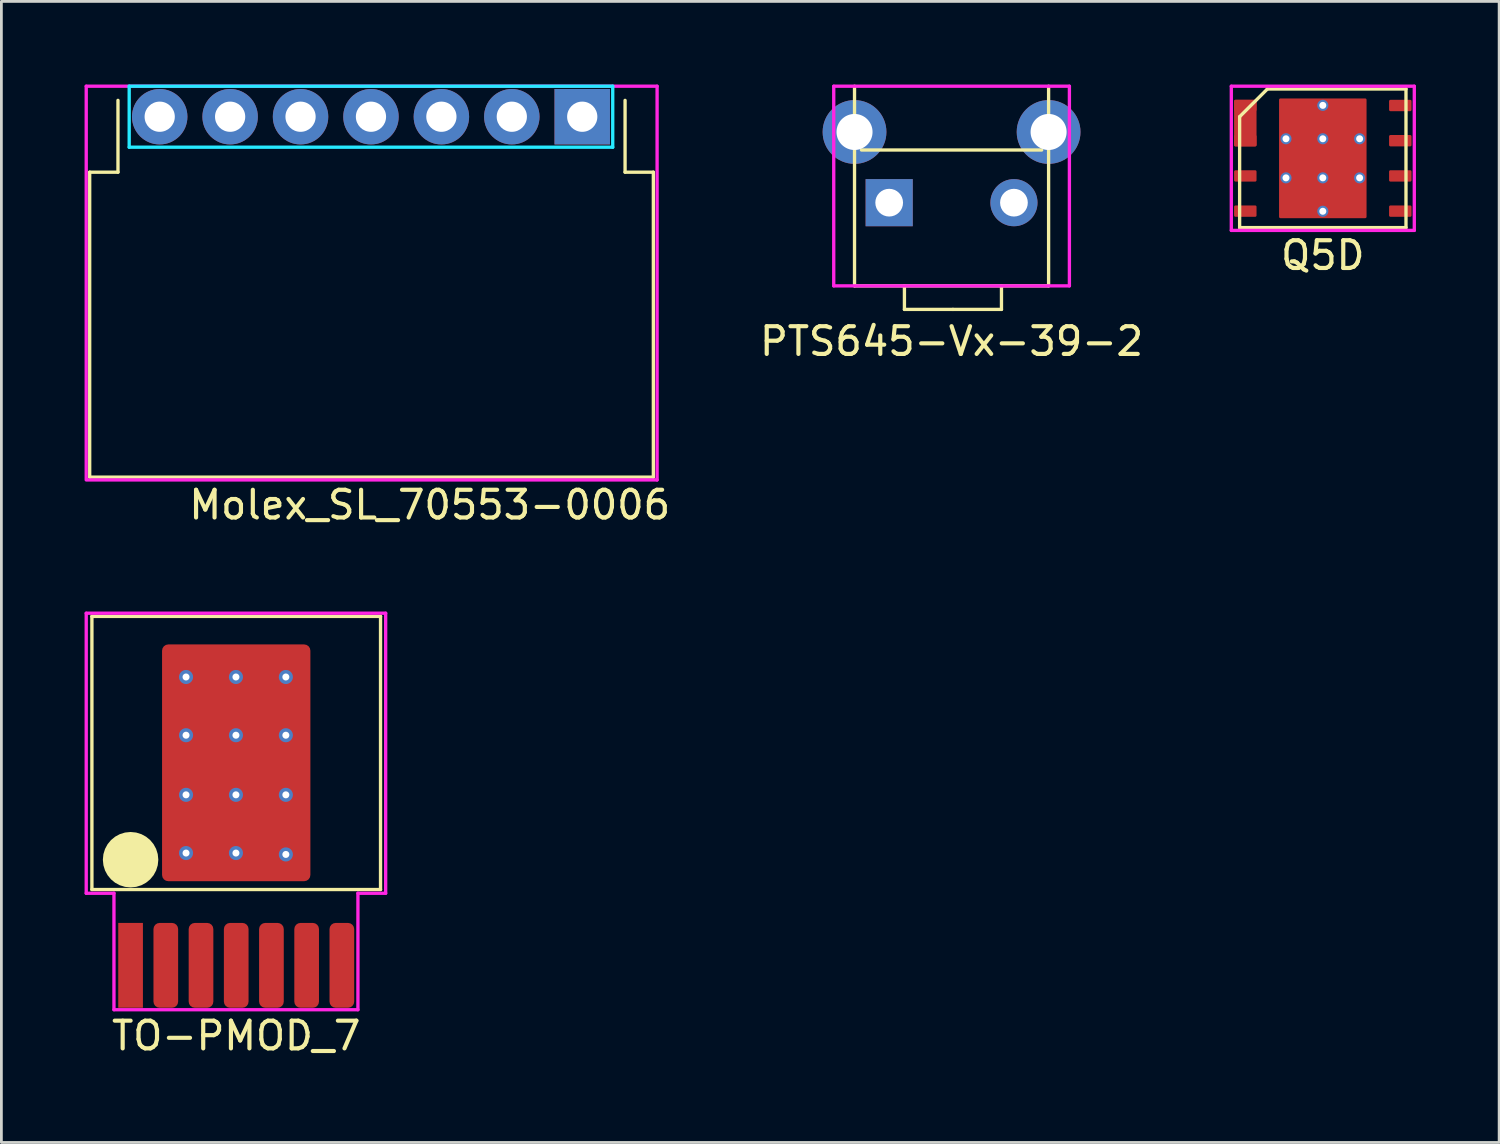
<source format=kicad_pcb>
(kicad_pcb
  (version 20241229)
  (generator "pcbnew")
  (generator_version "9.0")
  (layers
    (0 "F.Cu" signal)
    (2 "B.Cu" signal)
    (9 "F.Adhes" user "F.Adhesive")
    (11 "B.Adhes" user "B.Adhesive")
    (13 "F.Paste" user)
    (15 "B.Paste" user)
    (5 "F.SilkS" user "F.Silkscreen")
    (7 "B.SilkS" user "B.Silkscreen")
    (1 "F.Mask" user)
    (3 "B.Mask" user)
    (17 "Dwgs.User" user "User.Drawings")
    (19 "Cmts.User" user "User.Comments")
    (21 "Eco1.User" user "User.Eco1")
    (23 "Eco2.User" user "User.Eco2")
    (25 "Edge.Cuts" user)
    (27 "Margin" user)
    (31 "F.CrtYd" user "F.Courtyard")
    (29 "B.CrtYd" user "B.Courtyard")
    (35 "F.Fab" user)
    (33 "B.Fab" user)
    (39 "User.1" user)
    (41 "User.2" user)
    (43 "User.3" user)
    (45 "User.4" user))
  (footprint "PTS645-Vx-39-2"
    (layer "F.Cu")
    (at 29.021 4.26)
    (property "Reference" "PTS645-Vx-39-2" (at 2.25 5 0) (layer "F.SilkS") (effects (font (size 1 1) (thickness 0.15))))
    (attr through_hole)
    (fp_line (start -1.25 -4.2) (end -1.25 3) (stroke (width 0.12) (type solid)) (layer "F.SilkS"))
    (fp_line (start 0.55 3.85) (end 0.55 3) (stroke (width 0.12) (type solid)) (layer "F.SilkS"))
    (fp_line (start 2.3 3.85) (end 0.55 3.85) (stroke (width 0.12) (type solid)) (layer "F.SilkS"))
    (fp_line (start 2.3 3.85) (end 4.05 3.85) (stroke (width 0.12) (type solid)) (layer "F.SilkS"))
    (fp_line (start 4.05 3.85) (end 4.05 3) (stroke (width 0.12) (type solid)) (layer "F.SilkS"))
    (fp_line (start 5.5 -1.9) (end -1 -1.9) (stroke (width 0.12) (type solid)) (layer "F.SilkS"))
    (fp_line (start 5.75 -4.2) (end 5.75 3) (stroke (width 0.12) (type solid)) (layer "F.SilkS"))
    (fp_line (start 5.75 3) (end -1.25 3) (stroke (width 0.12) (type solid)) (layer "F.SilkS"))
    (fp_line (start -2 -4.2) (end 6.5 -4.2) (stroke (width 0.12) (type solid)) (layer "F.CrtYd"))
    (fp_line (start -2 3) (end -2 -4.2) (stroke (width 0.12) (type solid)) (layer "F.CrtYd"))
    (fp_line (start 6.5 -4.2) (end 6.5 3) (stroke (width 0.12) (type solid)) (layer "F.CrtYd"))
    (fp_line (start 6.5 3) (end -2 3) (stroke (width 0.12) (type solid)) (layer "F.CrtYd"))
    (pad "" np_thru_hole circle (at -1.25 -2.55) (size 2.3 2.3) (drill 1.3) (layers "*.Cu" "*.Mask"))
    (pad "" np_thru_hole circle (at 5.75 -2.55) (size 2.3 2.3) (drill 1.3) (layers "*.Cu" "*.Mask"))
    (pad "1" thru_hole rect (at 0 0) (size 1.7 1.7) (drill 1) (layers "*.Cu" "*.Mask"))
    (pad "2" thru_hole circle (at 4.5 0) (size 1.7 1.7) (drill 1) (layers "*.Cu" "*.Mask")))
  (footprint "Molex_SL_70553-0006"
    (layer "F.Cu")
    (at 17.95 1.16)
    (property "Reference" "Molex_SL_70553-0006" (at -5.5 14 0) (layer "F.SilkS") (effects (font (size 1 1) (thickness 0.15))))
    (attr through_hole)
    (fp_line (start -17.765 2) (end -16.745 2) (stroke (width 0.12) (type solid)) (layer "F.SilkS"))
    (fp_line (start -17.765 13) (end -17.765 2) (stroke (width 0.12) (type solid)) (layer "F.SilkS"))
    (fp_line (start -16.745 2) (end -16.745 -0.59) (stroke (width 0.12) (type solid)) (layer "F.SilkS"))
    (fp_line (start 1.545 2) (end 1.545 -0.59) (stroke (width 0.12) (type solid)) (layer "F.SilkS"))
    (fp_line (start 2.565 2) (end 1.545 2) (stroke (width 0.12) (type solid)) (layer "F.SilkS"))
    (fp_line (start 2.565 2) (end 2.565 13) (stroke (width 0.12) (type solid)) (layer "F.SilkS"))
    (fp_line (start 2.565 13) (end -17.765 13) (stroke (width 0.12) (type solid)) (layer "F.SilkS"))
    (fp_line (start -16.34 -1.1) (end 1.1 -1.1) (stroke (width 0.12) (type solid)) (layer "B.CrtYd"))
    (fp_line (start -16.34 1.1) (end -16.34 -1.1) (stroke (width 0.12) (type solid)) (layer "B.CrtYd"))
    (fp_line (start 1.1 -1.1) (end 1.1 1.1) (stroke (width 0.12) (type solid)) (layer "B.CrtYd"))
    (fp_line (start 1.1 1.1) (end -16.34 1.1) (stroke (width 0.12) (type solid)) (layer "B.CrtYd"))
    (fp_line (start -17.89 -1.1) (end -17.89 13.1) (stroke (width 0.12) (type solid)) (layer "F.CrtYd"))
    (fp_line (start -17.84 13.1) (end 2.7 13.1) (stroke (width 0.12) (type solid)) (layer "F.CrtYd"))
    (fp_line (start 2.7 -1.1) (end -17.89 -1.1) (stroke (width 0.12) (type solid)) (layer "F.CrtYd"))
    (fp_line (start 2.7 13.1) (end 2.7 -1.1) (stroke (width 0.12) (type solid)) (layer "F.CrtYd"))
    (pad "1" thru_hole rect (at 0 0) (size 2 2) (drill 1.09) (layers "*.Cu" "*.Mask"))
    (pad "2" thru_hole circle (at -2.54 0) (size 2 2) (drill 1.09) (layers "*.Cu" "*.Mask"))
    (pad "3" thru_hole circle (at -5.08 0) (size 2 2) (drill 1.09) (layers "*.Cu" "*.Mask"))
    (pad "4" thru_hole circle (at -7.62 0) (size 2 2) (drill 1.09) (layers "*.Cu" "*.Mask"))
    (pad "5" thru_hole circle (at -10.16 0) (size 2 2) (drill 1.09) (layers "*.Cu" "*.Mask"))
    (pad "6" thru_hole circle (at -12.7 0) (size 2 2) (drill 1.09) (layers "*.Cu" "*.Mask"))
    (pad "7" thru_hole circle (at -15.24 0) (size 2 2) (drill 1.09) (layers "*.Cu" "*.Mask")))
  (footprint "TO-PMOD_7"
    (layer "F.Cu")
    (at 1.66 31.768)
    (property "Reference" "TO-PMOD_7" (at 3.81 2.54 0) (layer "F.SilkS") (effects (font (size 1 1) (thickness 0.15))))
    (attr through_hole)
    (fp_line (start -1.395 -12.585) (end -1.395 -2.735) (stroke (width 0.12) (type solid)) (layer "F.SilkS"))
    (fp_line (start -1.395 -12.585) (end 9.015 -12.585) (stroke (width 0.12) (type solid)) (layer "F.SilkS"))
    (fp_line (start 9.015 -12.585) (end 9.015 -2.735) (stroke (width 0.12) (type solid)) (layer "F.SilkS"))
    (fp_line (start 9.015 -2.735) (end -1.395 -2.735) (stroke (width 0.12) (type solid)) (layer "F.SilkS"))
    (fp_circle (center 0 -3.81) (end 0 -3.81) (stroke (width 1) (type solid)) (fill no) (layer "F.SilkS"))
    (fp_line (start -1.6 -12.7) (end -1.6 -2.6) (stroke (width 0.12) (type solid)) (layer "F.CrtYd"))
    (fp_line (start -0.6 -2.6) (end -1.6 -2.6) (stroke (width 0.12) (type solid)) (layer "F.CrtYd"))
    (fp_line (start -0.6 1.6) (end -0.6 -2.6) (stroke (width 0.12) (type solid)) (layer "F.CrtYd"))
    (fp_line (start 8.2 -2.6) (end 8.2 1.6) (stroke (width 0.12) (type solid)) (layer "F.CrtYd"))
    (fp_line (start 8.2 1.6) (end -0.6 1.6) (stroke (width 0.12) (type solid)) (layer "F.CrtYd"))
    (fp_line (start 9.2 -12.7) (end -1.6 -12.7) (stroke (width 0.12) (type solid)) (layer "F.CrtYd"))
    (fp_line (start 9.2 -2.6) (end 8.2 -2.6) (stroke (width 0.12) (type solid)) (layer "F.CrtYd"))
    (fp_line (start 9.2 -2.6) (end 9.2 -12.7) (stroke (width 0.12) (type solid)) (layer "F.CrtYd"))
    (pad "1" smd rect (at 0 0) (size 0.89 3.06) (layers "F.Cu" "F.Mask" "F.Paste"))
    (pad "2" smd roundrect (at 1.27 0) (size 0.89 3.06) (layers "F.Cu" "F.Mask" "F.Paste") (roundrect_rratio 0.25))
    (pad "3" smd roundrect (at 2.54 0) (size 0.89 3.06) (layers "F.Cu" "F.Mask" "F.Paste") (roundrect_rratio 0.25))
    (pad "4" smd roundrect (at 3.81 0) (size 0.89 3.06) (layers "F.Cu" "F.Mask" "F.Paste") (roundrect_rratio 0.25))
    (pad "5" smd roundrect (at 5.08 0) (size 0.89 3.06) (layers "F.Cu" "F.Mask" "F.Paste") (roundrect_rratio 0.25))
    (pad "6" smd roundrect (at 6.35 0) (size 0.89 3.06) (layers "F.Cu" "F.Mask" "F.Paste") (roundrect_rratio 0.25))
    (pad "7" smd roundrect (at 7.62 0) (size 0.89 3.06) (layers "F.Cu" "F.Mask" "F.Paste") (roundrect_rratio 0.25))
    (pad "GND" thru_hole circle (at 2 -10.4) (size 0.508 0.508) (drill 0.254) (layers "*.Cu"))
    (pad "GND" thru_hole circle (at 2 -8.3) (size 0.508 0.508) (drill 0.254) (layers "*.Cu"))
    (pad "GND" thru_hole circle (at 2 -6.15) (size 0.508 0.508) (drill 0.254) (layers "*.Cu"))
    (pad "GND" thru_hole circle (at 2 -4.05) (size 0.508 0.508) (drill 0.254) (layers "*.Cu"))
    (pad "GND" smd roundrect (at 2.85 -5.1) (size 1.3 1.6) (layers "F.Cu" "F.Mask" "F.Paste") (roundrect_rratio 0.292))
    (pad "GND" smd roundrect (at 2.9 -9.35) (size 1.3 1.6) (layers "F.Cu" "F.Mask" "F.Paste") (roundrect_rratio 0.292))
    (pad "GND" smd roundrect (at 2.9 -7.25) (size 1.3 1.6) (layers "F.Cu" "F.Mask" "F.Paste") (roundrect_rratio 0.292))
    (pad "GND" thru_hole circle (at 3.8 -10.4) (size 0.508 0.508) (drill 0.254) (layers "*.Cu"))
    (pad "GND" thru_hole circle (at 3.8 -8.3) (size 0.508 0.508) (drill 0.254) (layers "*.Cu"))
    (pad "GND" thru_hole circle (at 3.8 -6.15) (size 0.508 0.508) (drill 0.254) (layers "*.Cu"))
    (pad "GND" thru_hole circle (at 3.8 -4.05) (size 0.508 0.508) (drill 0.254) (layers "*.Cu"))
    (pad "GND" smd roundrect (at 3.81 -7.305) (size 5.35 8.54) (layers "F.Cu" "F.Mask") (roundrect_rratio 0.042))
    (pad "GND" smd roundrect (at 4.7 -7.25) (size 1.3 1.6) (layers "F.Cu" "F.Mask" "F.Paste") (roundrect_rratio 0.292))
    (pad "GND" smd roundrect (at 4.75 -9.35) (size 1.4 1.6) (layers "F.Cu" "F.Mask" "F.Paste") (roundrect_rratio 0.292))
    (pad "GND" smd roundrect (at 4.75 -5.05) (size 1.3 1.6) (layers "F.Cu" "F.Mask" "F.Paste") (roundrect_rratio 0.292))
    (pad "GND" thru_hole circle (at 5.6 -10.4) (size 0.508 0.508) (drill 0.254) (layers "*.Cu"))
    (pad "GND" thru_hole circle (at 5.6 -8.3) (size 0.508 0.508) (drill 0.254) (layers "*.Cu"))
    (pad "GND" thru_hole circle (at 5.6 -6.15) (size 0.508 0.508) (drill 0.254) (layers "*.Cu"))
    (pad "GND" thru_hole circle (at 5.6 -4) (size 0.508 0.508) (drill 0.254) (layers "*.Cu")))
  (footprint "Q5D"
    (layer "F.Cu")
    (at 44.661 2.66)
    (property "Reference" "Q5D" (at 0 3.5 0) (layer "F.SilkS") (effects (font (size 1 1) (thickness 0.15))))
    (attr through_hole)
    (fp_poly (pts (xy -3.15 -2.06) (xy -2.44 -2.06) (xy -2.44 -0.48) (xy -3.15 -0.48) (xy -3.15 -0.79) (xy -2.8 -0.79) (xy -2.8 -1.75) (xy -3.15 -1.75)) (stroke (width 0.1) (type solid)) (fill yes) (layer "F.Mask"))
    (fp_line (start -3 -1.5) (end -3 2.5) (stroke (width 0.12) (type solid)) (layer "F.SilkS"))
    (fp_line (start -3 2.5) (end 3 2.5) (stroke (width 0.12) (type solid)) (layer "F.SilkS"))
    (fp_line (start -2 -2.5) (end -3 -1.5) (stroke (width 0.12) (type solid)) (layer "F.SilkS"))
    (fp_line (start 3 -2.5) (end -2 -2.5) (stroke (width 0.12) (type solid)) (layer "F.SilkS"))
    (fp_line (start 3 2.5) (end 3 -2.5) (stroke (width 0.12) (type solid)) (layer "F.SilkS"))
    (fp_poly (pts (xy -2.8 -1.5) (xy -2.8 -1.04) (xy -2.44 -1.04) (xy -2.44 -1.5)) (stroke (width 0.1) (type solid)) (fill yes) (layer "F.Paste"))
    (fp_line (start -3.3 -2.6) (end 3.3 -2.6) (stroke (width 0.12) (type solid)) (layer "F.CrtYd"))
    (fp_line (start -3.3 2.6) (end -3.3 -2.6) (stroke (width 0.12) (type solid)) (layer "F.CrtYd"))
    (fp_line (start 3.3 -2.6) (end 3.3 2.6) (stroke (width 0.12) (type solid)) (layer "F.CrtYd"))
    (fp_line (start 3.3 2.6) (end -3.3 2.6) (stroke (width 0.12) (type solid)) (layer "F.CrtYd"))
    (pad "1" smd roundrect (at -2.795 -1.905) (size 0.81 0.41) (layers "F.Cu" "F.Mask" "F.Paste") (roundrect_rratio 0.122))
    (pad "1" smd roundrect (at -2.795 -1.27) (size 0.81 1.68) (layers "F.Cu") (roundrect_rratio 0.062))
    (pad "2" smd roundrect (at -2.795 -0.635) (size 0.81 0.41) (layers "F.Cu" "F.Mask" "F.Paste") (roundrect_rratio 0.122))
    (pad "3" smd roundrect (at -2.795 0.635) (size 0.81 0.41) (layers "F.Cu" "F.Mask" "F.Paste") (roundrect_rratio 0.122))
    (pad "4" smd roundrect (at -2.795 1.905) (size 0.81 0.41) (layers "F.Cu" "F.Mask" "F.Paste") (roundrect_rratio 0.122))
    (pad "5" smd roundrect (at 2.795 1.905) (size 0.81 0.41) (layers "F.Cu" "F.Mask" "F.Paste") (roundrect_rratio 0.122))
    (pad "6" smd roundrect (at 2.795 0.635) (size 0.81 0.41) (layers "F.Cu" "F.Mask" "F.Paste") (roundrect_rratio 0.122))
    (pad "7" smd roundrect (at 2.795 -0.635) (size 0.81 0.41) (layers "F.Cu" "F.Mask" "F.Paste") (roundrect_rratio 0.122))
    (pad "8" smd roundrect (at 2.795 -1.905) (size 0.81 0.41) (layers "F.Cu" "F.Mask" "F.Paste") (roundrect_rratio 0.122))
    (pad "GND" thru_hole circle (at -1.328 -0.705) (size 0.4 0.4) (drill 0.254) (layers "*.Cu" "F.Mask"))
    (pad "GND" thru_hole circle (at -1.328 0.705) (size 0.4 0.4) (drill 0.254) (layers "*.Cu" "F.Mask"))
    (pad "GND" smd roundrect (at -0.785 -1.41) (size 1.31 1.11) (layers "F.Cu" "F.Mask" "F.Paste") (roundrect_rratio 0.041))
    (pad "GND" smd roundrect (at -0.785 0) (size 1.31 1.15) (layers "F.Cu" "F.Mask" "F.Paste") (roundrect_rratio 0.041))
    (pad "GND" smd roundrect (at -0.785 1.41) (size 1.31 1.15) (layers "F.Cu" "F.Mask" "F.Paste") (roundrect_rratio 0.041))
    (pad "GND" thru_hole circle (at 0 -1.91) (size 0.4 0.4) (drill 0.254) (layers "*.Cu" "F.Mask"))
    (pad "GND" thru_hole circle (at 0 -0.705) (size 0.4 0.4) (drill 0.254) (layers "*.Cu" "F.Mask"))
    (pad "GND" smd roundrect (at 0 0) (size 3.156 4.319) (layers "F.Cu" "F.Mask") (roundrect_rratio 0.016))
    (pad "GND" thru_hole circle (at 0 0.705) (size 0.4 0.4) (drill 0.254) (layers "*.Cu" "F.Mask"))
    (pad "GND" thru_hole circle (at 0 1.91) (size 0.4 0.4) (drill 0.254) (layers "*.Cu" "F.Mask"))
    (pad "GND" smd roundrect (at 0.785 -1.41) (size 1.31 1.15) (layers "F.Cu" "F.Mask" "F.Paste") (roundrect_rratio 0.041))
    (pad "GND" smd roundrect (at 0.785 0) (size 1.31 1.15) (layers "F.Cu" "F.Mask" "F.Paste") (roundrect_rratio 0.041))
    (pad "GND" smd roundrect (at 0.785 1.41) (size 1.31 1.15) (layers "F.Cu" "F.Mask" "F.Paste") (roundrect_rratio 0.041))
    (pad "GND" thru_hole circle (at 1.328 -0.705) (size 0.4 0.4) (drill 0.254) (layers "*.Cu" "F.Mask"))
    (pad "GND" thru_hole circle (at 1.328 0.705) (size 0.4 0.4) (drill 0.254) (layers "*.Cu" "F.Mask")))
  (gr_rect
    (start -3 -3)
    (end 51.021 38.157)
    (stroke (width 0.1) (type default))
    (fill no)
    (layer "Edge.Cuts")))
</source>
